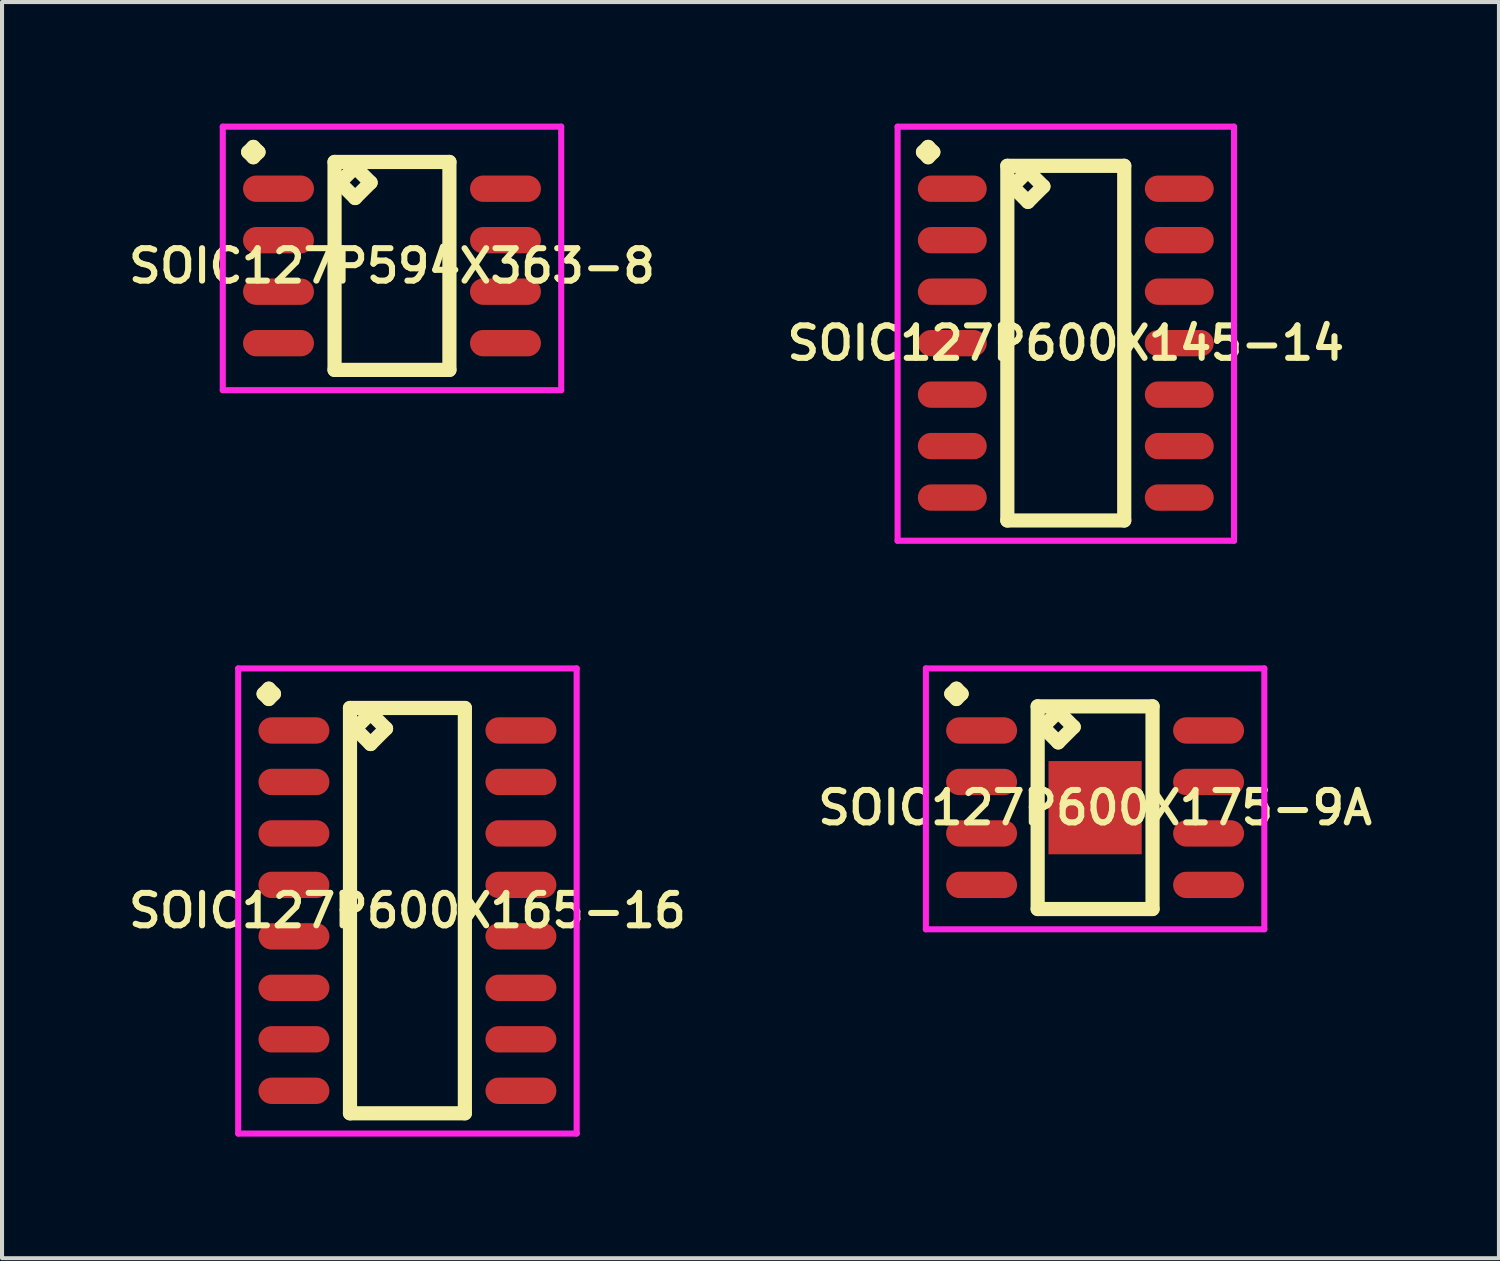
<source format=kicad_pcb>
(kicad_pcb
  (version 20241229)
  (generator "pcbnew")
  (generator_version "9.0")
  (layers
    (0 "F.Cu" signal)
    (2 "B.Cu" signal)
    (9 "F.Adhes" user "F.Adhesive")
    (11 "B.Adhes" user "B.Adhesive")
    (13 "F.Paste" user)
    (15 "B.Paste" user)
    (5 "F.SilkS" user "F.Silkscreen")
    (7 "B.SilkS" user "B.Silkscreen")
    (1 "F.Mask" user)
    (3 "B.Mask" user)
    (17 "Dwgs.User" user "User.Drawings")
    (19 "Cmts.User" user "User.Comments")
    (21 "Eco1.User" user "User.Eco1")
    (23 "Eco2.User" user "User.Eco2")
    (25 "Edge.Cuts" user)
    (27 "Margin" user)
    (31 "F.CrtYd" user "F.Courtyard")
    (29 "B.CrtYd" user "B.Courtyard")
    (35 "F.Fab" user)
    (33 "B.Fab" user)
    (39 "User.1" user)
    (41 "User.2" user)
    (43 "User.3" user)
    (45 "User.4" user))
  (footprint "SOIC127P600X175-9A"
    (layer "F.Cu")
    (at 23.968 16.877)
    (property "Reference" "SOIC127P600X175-9A" (at 0 0 0) (layer "F.SilkS") (effects (font (size 0.8 0.8) (thickness 0.15))))
    (attr smd)
    (fp_line (start -3.548 -2.809) (end -3.421 -2.936) (stroke (width 0.35) (type solid)) (layer "F.SilkS"))
    (fp_line (start -3.421 -2.936) (end -3.294 -2.809) (stroke (width 0.35) (type solid)) (layer "F.SilkS"))
    (fp_line (start -3.421 -2.682) (end -3.548 -2.809) (stroke (width 0.35) (type solid)) (layer "F.SilkS"))
    (fp_line (start -3.294 -2.809) (end -3.421 -2.682) (stroke (width 0.35) (type solid)) (layer "F.SilkS"))
    (fp_line (start -1.417 -2.5) (end -1.417 2.5) (stroke (width 0.35) (type solid)) (layer "F.SilkS"))
    (fp_line (start -1.417 2.5) (end 1.417 2.5) (stroke (width 0.35) (type solid)) (layer "F.SilkS"))
    (fp_line (start -1.29 -1.992) (end -0.909 -2.373) (stroke (width 0.35) (type solid)) (layer "F.SilkS"))
    (fp_line (start -0.909 -2.373) (end -0.528 -1.992) (stroke (width 0.35) (type solid)) (layer "F.SilkS"))
    (fp_line (start -0.909 -1.611) (end -1.29 -1.992) (stroke (width 0.35) (type solid)) (layer "F.SilkS"))
    (fp_line (start -0.528 -1.992) (end -0.909 -1.611) (stroke (width 0.35) (type solid)) (layer "F.SilkS"))
    (fp_line (start 1.417 -2.5) (end -1.417 -2.5) (stroke (width 0.35) (type solid)) (layer "F.SilkS"))
    (fp_line (start 1.417 2.5) (end 1.417 -2.5) (stroke (width 0.35) (type solid)) (layer "F.SilkS"))
    (fp_line (start -4.175 -3.436) (end 4.175 -3.436) (stroke (width 0.15) (type solid)) (layer "F.CrtYd"))
    (fp_line (start -4.175 3) (end -4.175 -3.436) (stroke (width 0.15) (type solid)) (layer "F.CrtYd"))
    (fp_line (start 4.175 -3.436) (end 4.175 3) (stroke (width 0.15) (type solid)) (layer "F.CrtYd"))
    (fp_line (start 4.175 3) (end -4.175 3) (stroke (width 0.15) (type solid)) (layer "F.CrtYd"))
    (pad "1" smd oval (at -2.8 -1.905) (size 1.75 0.65) (layers "F.Cu" "F.Mask" "F.Paste"))
    (pad "2" smd oval (at -2.8 -0.635) (size 1.75 0.65) (layers "F.Cu" "F.Mask" "F.Paste"))
    (pad "3" smd oval (at -2.8 0.635) (size 1.75 0.65) (layers "F.Cu" "F.Mask" "F.Paste"))
    (pad "4" smd oval (at -2.8 1.905) (size 1.75 0.65) (layers "F.Cu" "F.Mask" "F.Paste"))
    (pad "5" smd oval (at 2.8 1.905) (size 1.75 0.65) (layers "F.Cu" "F.Mask" "F.Paste"))
    (pad "6" smd oval (at 2.8 0.635) (size 1.75 0.65) (layers "F.Cu" "F.Mask" "F.Paste"))
    (pad "7" smd oval (at 2.8 -0.635) (size 1.75 0.65) (layers "F.Cu" "F.Mask" "F.Paste"))
    (pad "8" smd oval (at 2.8 -1.905) (size 1.75 0.65) (layers "F.Cu" "F.Mask" "F.Paste"))
    (pad "9" smd rect (at 0 0) (size 2.3 2.3) (layers "F.Cu" "F.Mask" "F.Paste")))
  (footprint "SOIC127P600X145-14"
    (layer "F.Cu")
    (at 23.245 5.416)
    (property "Reference" "SOIC127P600X145-14" (at 0 0 0) (layer "F.SilkS") (effects (font (size 0.8 0.8) (thickness 0.15))))
    (attr smd)
    (fp_line (start -3.523 -4.714) (end -3.396 -4.841) (stroke (width 0.35) (type solid)) (layer "F.SilkS"))
    (fp_line (start -3.396 -4.841) (end -3.269 -4.714) (stroke (width 0.35) (type solid)) (layer "F.SilkS"))
    (fp_line (start -3.396 -4.587) (end -3.523 -4.714) (stroke (width 0.35) (type solid)) (layer "F.SilkS"))
    (fp_line (start -3.269 -4.714) (end -3.396 -4.587) (stroke (width 0.35) (type solid)) (layer "F.SilkS"))
    (fp_line (start -1.442 -4.375) (end -1.442 4.375) (stroke (width 0.35) (type solid)) (layer "F.SilkS"))
    (fp_line (start -1.442 4.375) (end 1.442 4.375) (stroke (width 0.35) (type solid)) (layer "F.SilkS"))
    (fp_line (start -1.315 -3.867) (end -0.934 -4.248) (stroke (width 0.35) (type solid)) (layer "F.SilkS"))
    (fp_line (start -0.934 -4.248) (end -0.553 -3.867) (stroke (width 0.35) (type solid)) (layer "F.SilkS"))
    (fp_line (start -0.934 -3.486) (end -1.315 -3.867) (stroke (width 0.35) (type solid)) (layer "F.SilkS"))
    (fp_line (start -0.553 -3.867) (end -0.934 -3.486) (stroke (width 0.35) (type solid)) (layer "F.SilkS"))
    (fp_line (start 1.442 -4.375) (end -1.442 -4.375) (stroke (width 0.35) (type solid)) (layer "F.SilkS"))
    (fp_line (start 1.442 4.375) (end 1.442 -4.375) (stroke (width 0.35) (type solid)) (layer "F.SilkS"))
    (fp_line (start -4.15 -5.341) (end 4.15 -5.341) (stroke (width 0.15) (type solid)) (layer "F.CrtYd"))
    (fp_line (start -4.15 4.875) (end -4.15 -5.341) (stroke (width 0.15) (type solid)) (layer "F.CrtYd"))
    (fp_line (start 4.15 -5.341) (end 4.15 4.875) (stroke (width 0.15) (type solid)) (layer "F.CrtYd"))
    (fp_line (start 4.15 4.875) (end -4.15 4.875) (stroke (width 0.15) (type solid)) (layer "F.CrtYd"))
    (pad "1" smd oval (at -2.8 -3.81) (size 1.7 0.65) (layers "F.Cu" "F.Mask" "F.Paste"))
    (pad "2" smd oval (at -2.8 -2.54) (size 1.7 0.65) (layers "F.Cu" "F.Mask" "F.Paste"))
    (pad "3" smd oval (at -2.8 -1.27) (size 1.7 0.65) (layers "F.Cu" "F.Mask" "F.Paste"))
    (pad "4" smd oval (at -2.8 0) (size 1.7 0.65) (layers "F.Cu" "F.Mask" "F.Paste"))
    (pad "5" smd oval (at -2.8 1.27) (size 1.7 0.65) (layers "F.Cu" "F.Mask" "F.Paste"))
    (pad "6" smd oval (at -2.8 2.54) (size 1.7 0.65) (layers "F.Cu" "F.Mask" "F.Paste"))
    (pad "7" smd oval (at -2.8 3.81) (size 1.7 0.65) (layers "F.Cu" "F.Mask" "F.Paste"))
    (pad "8" smd oval (at 2.8 3.81) (size 1.7 0.65) (layers "F.Cu" "F.Mask" "F.Paste"))
    (pad "9" smd oval (at 2.8 2.54) (size 1.7 0.65) (layers "F.Cu" "F.Mask" "F.Paste"))
    (pad "10" smd oval (at 2.8 1.27) (size 1.7 0.65) (layers "F.Cu" "F.Mask" "F.Paste"))
    (pad "11" smd oval (at 2.8 0) (size 1.7 0.65) (layers "F.Cu" "F.Mask" "F.Paste"))
    (pad "12" smd oval (at 2.8 -1.27) (size 1.7 0.65) (layers "F.Cu" "F.Mask" "F.Paste"))
    (pad "13" smd oval (at 2.8 -2.54) (size 1.7 0.65) (layers "F.Cu" "F.Mask" "F.Paste"))
    (pad "14" smd oval (at 2.8 -3.81) (size 1.7 0.65) (layers "F.Cu" "F.Mask" "F.Paste")))
  (footprint "SOIC127P600X165-16"
    (layer "F.Cu")
    (at 7.002 19.417)
    (property "Reference" "SOIC127P600X165-16" (at 0 0 0) (layer "F.SilkS") (effects (font (size 0.8 0.8) (thickness 0.15))))
    (attr smd)
    (fp_line (start -3.548 -5.349) (end -3.421 -5.476) (stroke (width 0.35) (type solid)) (layer "F.SilkS"))
    (fp_line (start -3.421 -5.476) (end -3.294 -5.349) (stroke (width 0.35) (type solid)) (layer "F.SilkS"))
    (fp_line (start -3.421 -5.222) (end -3.548 -5.349) (stroke (width 0.35) (type solid)) (layer "F.SilkS"))
    (fp_line (start -3.294 -5.349) (end -3.421 -5.222) (stroke (width 0.35) (type solid)) (layer "F.SilkS"))
    (fp_line (start -1.417 -5) (end -1.417 5) (stroke (width 0.35) (type solid)) (layer "F.SilkS"))
    (fp_line (start -1.417 5) (end 1.417 5) (stroke (width 0.35) (type solid)) (layer "F.SilkS"))
    (fp_line (start -1.29 -4.492) (end -0.909 -4.873) (stroke (width 0.35) (type solid)) (layer "F.SilkS"))
    (fp_line (start -0.909 -4.873) (end -0.528 -4.492) (stroke (width 0.35) (type solid)) (layer "F.SilkS"))
    (fp_line (start -0.909 -4.111) (end -1.29 -4.492) (stroke (width 0.35) (type solid)) (layer "F.SilkS"))
    (fp_line (start -0.528 -4.492) (end -0.909 -4.111) (stroke (width 0.35) (type solid)) (layer "F.SilkS"))
    (fp_line (start 1.417 -5) (end -1.417 -5) (stroke (width 0.35) (type solid)) (layer "F.SilkS"))
    (fp_line (start 1.417 5) (end 1.417 -5) (stroke (width 0.35) (type solid)) (layer "F.SilkS"))
    (fp_line (start -4.175 -5.976) (end 4.175 -5.976) (stroke (width 0.15) (type solid)) (layer "F.CrtYd"))
    (fp_line (start -4.175 5.5) (end -4.175 -5.976) (stroke (width 0.15) (type solid)) (layer "F.CrtYd"))
    (fp_line (start 4.175 -5.976) (end 4.175 5.5) (stroke (width 0.15) (type solid)) (layer "F.CrtYd"))
    (fp_line (start 4.175 5.5) (end -4.175 5.5) (stroke (width 0.15) (type solid)) (layer "F.CrtYd"))
    (pad "1" smd oval (at -2.8 -4.445) (size 1.75 0.65) (layers "F.Cu" "F.Mask" "F.Paste"))
    (pad "2" smd oval (at -2.8 -3.175) (size 1.75 0.65) (layers "F.Cu" "F.Mask" "F.Paste"))
    (pad "3" smd oval (at -2.8 -1.905) (size 1.75 0.65) (layers "F.Cu" "F.Mask" "F.Paste"))
    (pad "4" smd oval (at -2.8 -0.635) (size 1.75 0.65) (layers "F.Cu" "F.Mask" "F.Paste"))
    (pad "5" smd oval (at -2.8 0.635) (size 1.75 0.65) (layers "F.Cu" "F.Mask" "F.Paste"))
    (pad "6" smd oval (at -2.8 1.905) (size 1.75 0.65) (layers "F.Cu" "F.Mask" "F.Paste"))
    (pad "7" smd oval (at -2.8 3.175) (size 1.75 0.65) (layers "F.Cu" "F.Mask" "F.Paste"))
    (pad "8" smd oval (at -2.8 4.445) (size 1.75 0.65) (layers "F.Cu" "F.Mask" "F.Paste"))
    (pad "9" smd oval (at 2.8 4.445) (size 1.75 0.65) (layers "F.Cu" "F.Mask" "F.Paste"))
    (pad "10" smd oval (at 2.8 3.175) (size 1.75 0.65) (layers "F.Cu" "F.Mask" "F.Paste"))
    (pad "11" smd oval (at 2.8 1.905) (size 1.75 0.65) (layers "F.Cu" "F.Mask" "F.Paste"))
    (pad "12" smd oval (at 2.8 0.635) (size 1.75 0.65) (layers "F.Cu" "F.Mask" "F.Paste"))
    (pad "13" smd oval (at 2.8 -0.635) (size 1.75 0.65) (layers "F.Cu" "F.Mask" "F.Paste"))
    (pad "14" smd oval (at 2.8 -1.905) (size 1.75 0.65) (layers "F.Cu" "F.Mask" "F.Paste"))
    (pad "15" smd oval (at 2.8 -3.175) (size 1.75 0.65) (layers "F.Cu" "F.Mask" "F.Paste"))
    (pad "16" smd oval (at 2.8 -4.445) (size 1.75 0.65) (layers "F.Cu" "F.Mask" "F.Paste")))
  (footprint "SOIC127P594X363-8"
    (layer "F.Cu")
    (at 6.621 3.511)
    (property "Reference" "SOIC127P594X363-8" (at 0 0 0) (layer "F.SilkS") (effects (font (size 0.8 0.8) (thickness 0.15))))
    (attr smd)
    (fp_line (start -3.548 -2.809) (end -3.421 -2.936) (stroke (width 0.35) (type solid)) (layer "F.SilkS"))
    (fp_line (start -3.421 -2.936) (end -3.294 -2.809) (stroke (width 0.35) (type solid)) (layer "F.SilkS"))
    (fp_line (start -3.421 -2.682) (end -3.548 -2.809) (stroke (width 0.35) (type solid)) (layer "F.SilkS"))
    (fp_line (start -3.294 -2.809) (end -3.421 -2.682) (stroke (width 0.35) (type solid)) (layer "F.SilkS"))
    (fp_line (start -1.417 -2.565) (end -1.417 2.565) (stroke (width 0.35) (type solid)) (layer "F.SilkS"))
    (fp_line (start -1.417 2.565) (end 1.417 2.565) (stroke (width 0.35) (type solid)) (layer "F.SilkS"))
    (fp_line (start -1.29 -2.057) (end -0.909 -2.438) (stroke (width 0.35) (type solid)) (layer "F.SilkS"))
    (fp_line (start -0.909 -2.438) (end -0.528 -2.057) (stroke (width 0.35) (type solid)) (layer "F.SilkS"))
    (fp_line (start -0.909 -1.676) (end -1.29 -2.057) (stroke (width 0.35) (type solid)) (layer "F.SilkS"))
    (fp_line (start -0.528 -2.057) (end -0.909 -1.676) (stroke (width 0.35) (type solid)) (layer "F.SilkS"))
    (fp_line (start 1.417 -2.565) (end -1.417 -2.565) (stroke (width 0.35) (type solid)) (layer "F.SilkS"))
    (fp_line (start 1.417 2.565) (end 1.417 -2.565) (stroke (width 0.35) (type solid)) (layer "F.SilkS"))
    (fp_line (start -4.175 -3.436) (end 4.175 -3.436) (stroke (width 0.15) (type solid)) (layer "F.CrtYd"))
    (fp_line (start -4.175 3.065) (end -4.175 -3.436) (stroke (width 0.15) (type solid)) (layer "F.CrtYd"))
    (fp_line (start 4.175 -3.436) (end 4.175 3.065) (stroke (width 0.15) (type solid)) (layer "F.CrtYd"))
    (fp_line (start 4.175 3.065) (end -4.175 3.065) (stroke (width 0.15) (type solid)) (layer "F.CrtYd"))
    (pad "1" smd oval (at -2.8 -1.905) (size 1.75 0.65) (layers "F.Cu" "F.Mask" "F.Paste"))
    (pad "2" smd oval (at -2.8 -0.635) (size 1.75 0.65) (layers "F.Cu" "F.Mask" "F.Paste"))
    (pad "3" smd oval (at -2.8 0.635) (size 1.75 0.65) (layers "F.Cu" "F.Mask" "F.Paste"))
    (pad "4" smd oval (at -2.8 1.905) (size 1.75 0.65) (layers "F.Cu" "F.Mask" "F.Paste"))
    (pad "5" smd oval (at 2.8 1.905) (size 1.75 0.65) (layers "F.Cu" "F.Mask" "F.Paste"))
    (pad "6" smd oval (at 2.8 0.635) (size 1.75 0.65) (layers "F.Cu" "F.Mask" "F.Paste"))
    (pad "7" smd oval (at 2.8 -0.635) (size 1.75 0.65) (layers "F.Cu" "F.Mask" "F.Paste"))
    (pad "8" smd oval (at 2.8 -1.905) (size 1.75 0.65) (layers "F.Cu" "F.Mask" "F.Paste")))
  (gr_rect
    (start -3 -3)
    (end 33.932 27.992)
    (stroke (width 0.1) (type default))
    (fill no)
    (layer "Edge.Cuts")))
</source>
